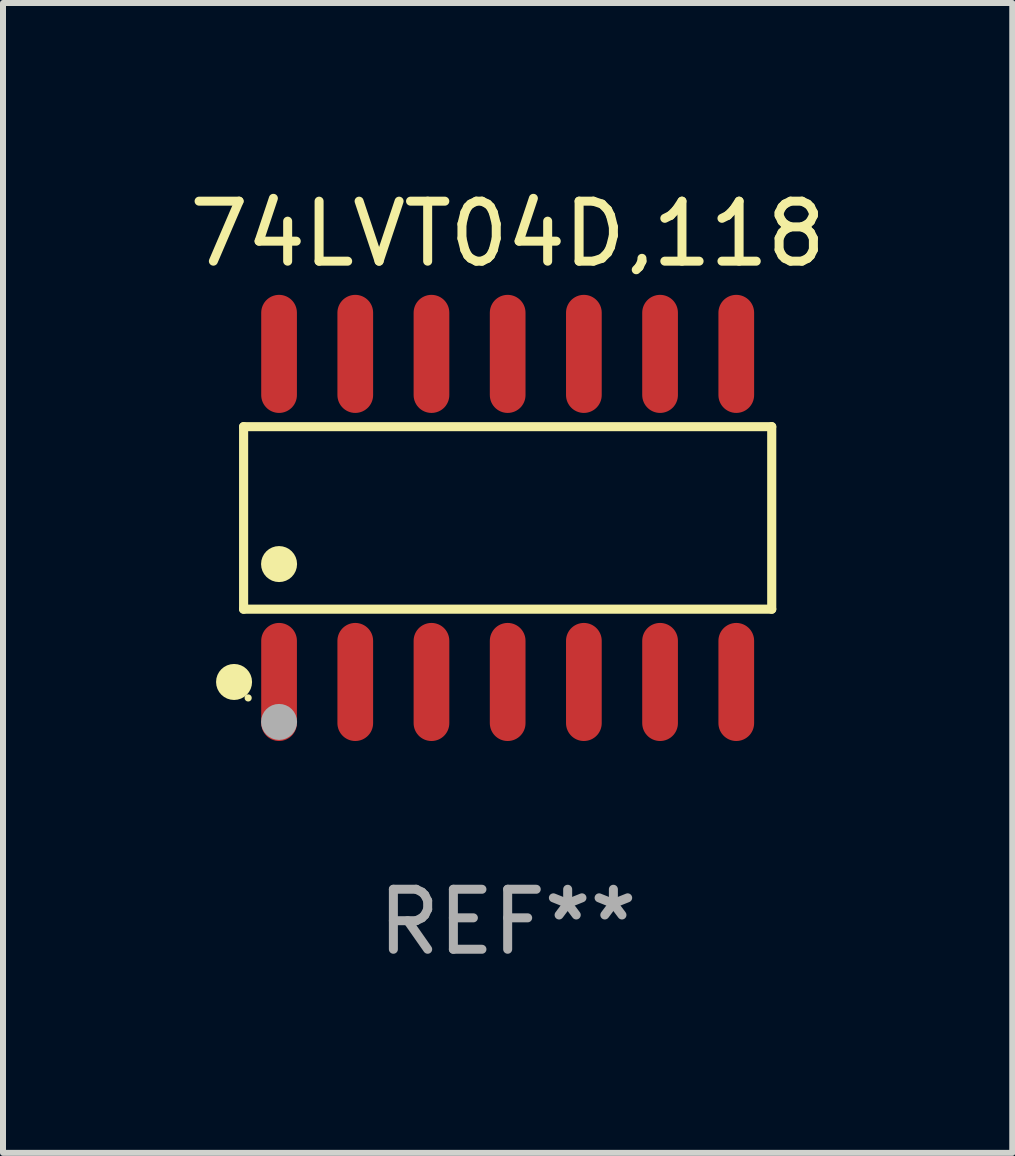
<source format=kicad_pcb>
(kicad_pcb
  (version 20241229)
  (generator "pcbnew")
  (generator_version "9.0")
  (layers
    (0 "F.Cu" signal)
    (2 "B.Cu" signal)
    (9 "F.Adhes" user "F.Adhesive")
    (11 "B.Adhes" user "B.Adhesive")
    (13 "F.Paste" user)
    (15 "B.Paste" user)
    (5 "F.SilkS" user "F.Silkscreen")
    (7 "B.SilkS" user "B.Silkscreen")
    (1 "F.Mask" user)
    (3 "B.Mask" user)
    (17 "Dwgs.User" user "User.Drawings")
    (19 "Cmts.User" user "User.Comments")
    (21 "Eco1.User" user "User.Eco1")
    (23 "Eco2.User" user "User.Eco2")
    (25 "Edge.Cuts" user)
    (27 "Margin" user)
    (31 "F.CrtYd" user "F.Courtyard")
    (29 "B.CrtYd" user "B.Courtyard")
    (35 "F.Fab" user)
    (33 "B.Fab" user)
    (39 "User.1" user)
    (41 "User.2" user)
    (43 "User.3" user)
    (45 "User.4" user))
  (footprint "74LVT04D,118"
    (layer "F.Cu")
    (at 5.411 5.582)
    (property "Reference" "74LVT04D,118" (at 0 -4.734 0) (layer "F.SilkS") (effects (font (size 1 1) (thickness 0.15))))
    (attr through_hole)
    (fp_line (start -4.401 -1.521) (end 4.401 -1.521) (stroke (width 0.152) (type solid)) (layer "F.SilkS"))
    (fp_line (start -4.401 1.521) (end -4.401 -1.521) (stroke (width 0.152) (type solid)) (layer "F.SilkS"))
    (fp_line (start 4.401 -1.521) (end 4.401 1.521) (stroke (width 0.152) (type solid)) (layer "F.SilkS"))
    (fp_line (start 4.401 1.521) (end -4.401 1.521) (stroke (width 0.152) (type solid)) (layer "F.SilkS"))
    (fp_circle (center -4.56 2.734) (end -4.41 2.734) (stroke (width 0.3) (type solid)) (fill no) (layer "F.SilkS"))
    (fp_circle (center -4.325 3) (end -4.295 3) (stroke (width 0.06) (type solid)) (fill no) (layer "F.SilkS"))
    (fp_circle (center -3.81 0.769) (end -3.66 0.769) (stroke (width 0.3) (type solid)) (fill no) (layer "F.SilkS"))
    (fp_circle (center -3.81 3.4) (end -3.66 3.4) (stroke (width 0.3) (type solid)) (fill no) (layer "F.Fab"))
    (fp_text user "REF**" (at 0 6.734 0) (layer "F.Fab") (effects (font (size 1 1) (thickness 0.15))))
    (pad "1" smd oval (at -3.81 2.734) (size 0.595 1.968) (layers "F.Cu" "F.Mask" "F.Paste"))
    (pad "2" smd oval (at -2.54 2.734) (size 0.595 1.968) (layers "F.Cu" "F.Mask" "F.Paste"))
    (pad "3" smd oval (at -1.27 2.734) (size 0.595 1.968) (layers "F.Cu" "F.Mask" "F.Paste"))
    (pad "4" smd oval (at 0 2.734) (size 0.595 1.968) (layers "F.Cu" "F.Mask" "F.Paste"))
    (pad "5" smd oval (at 1.27 2.734) (size 0.595 1.968) (layers "F.Cu" "F.Mask" "F.Paste"))
    (pad "6" smd oval (at 2.54 2.734) (size 0.595 1.968) (layers "F.Cu" "F.Mask" "F.Paste"))
    (pad "7" smd oval (at 3.81 2.734) (size 0.595 1.968) (layers "F.Cu" "F.Mask" "F.Paste"))
    (pad "8" smd oval (at 3.81 -2.734) (size 0.595 1.968) (layers "F.Cu" "F.Mask" "F.Paste"))
    (pad "9" smd oval (at 2.54 -2.734) (size 0.595 1.968) (layers "F.Cu" "F.Mask" "F.Paste"))
    (pad "10" smd oval (at 1.27 -2.734) (size 0.595 1.968) (layers "F.Cu" "F.Mask" "F.Paste"))
    (pad "11" smd oval (at 0 -2.734) (size 0.595 1.968) (layers "F.Cu" "F.Mask" "F.Paste"))
    (pad "12" smd oval (at -1.27 -2.734) (size 0.595 1.968) (layers "F.Cu" "F.Mask" "F.Paste"))
    (pad "13" smd oval (at -2.54 -2.734) (size 0.595 1.968) (layers "F.Cu" "F.Mask" "F.Paste"))
    (pad "14" smd oval (at -3.81 -2.734) (size 0.595 1.968) (layers "F.Cu" "F.Mask" "F.Paste")))
  (gr_rect
    (start -3 -3)
    (end 13.821 16.164)
    (stroke (width 0.1) (type default))
    (fill no)
    (layer "Edge.Cuts")))
</source>
